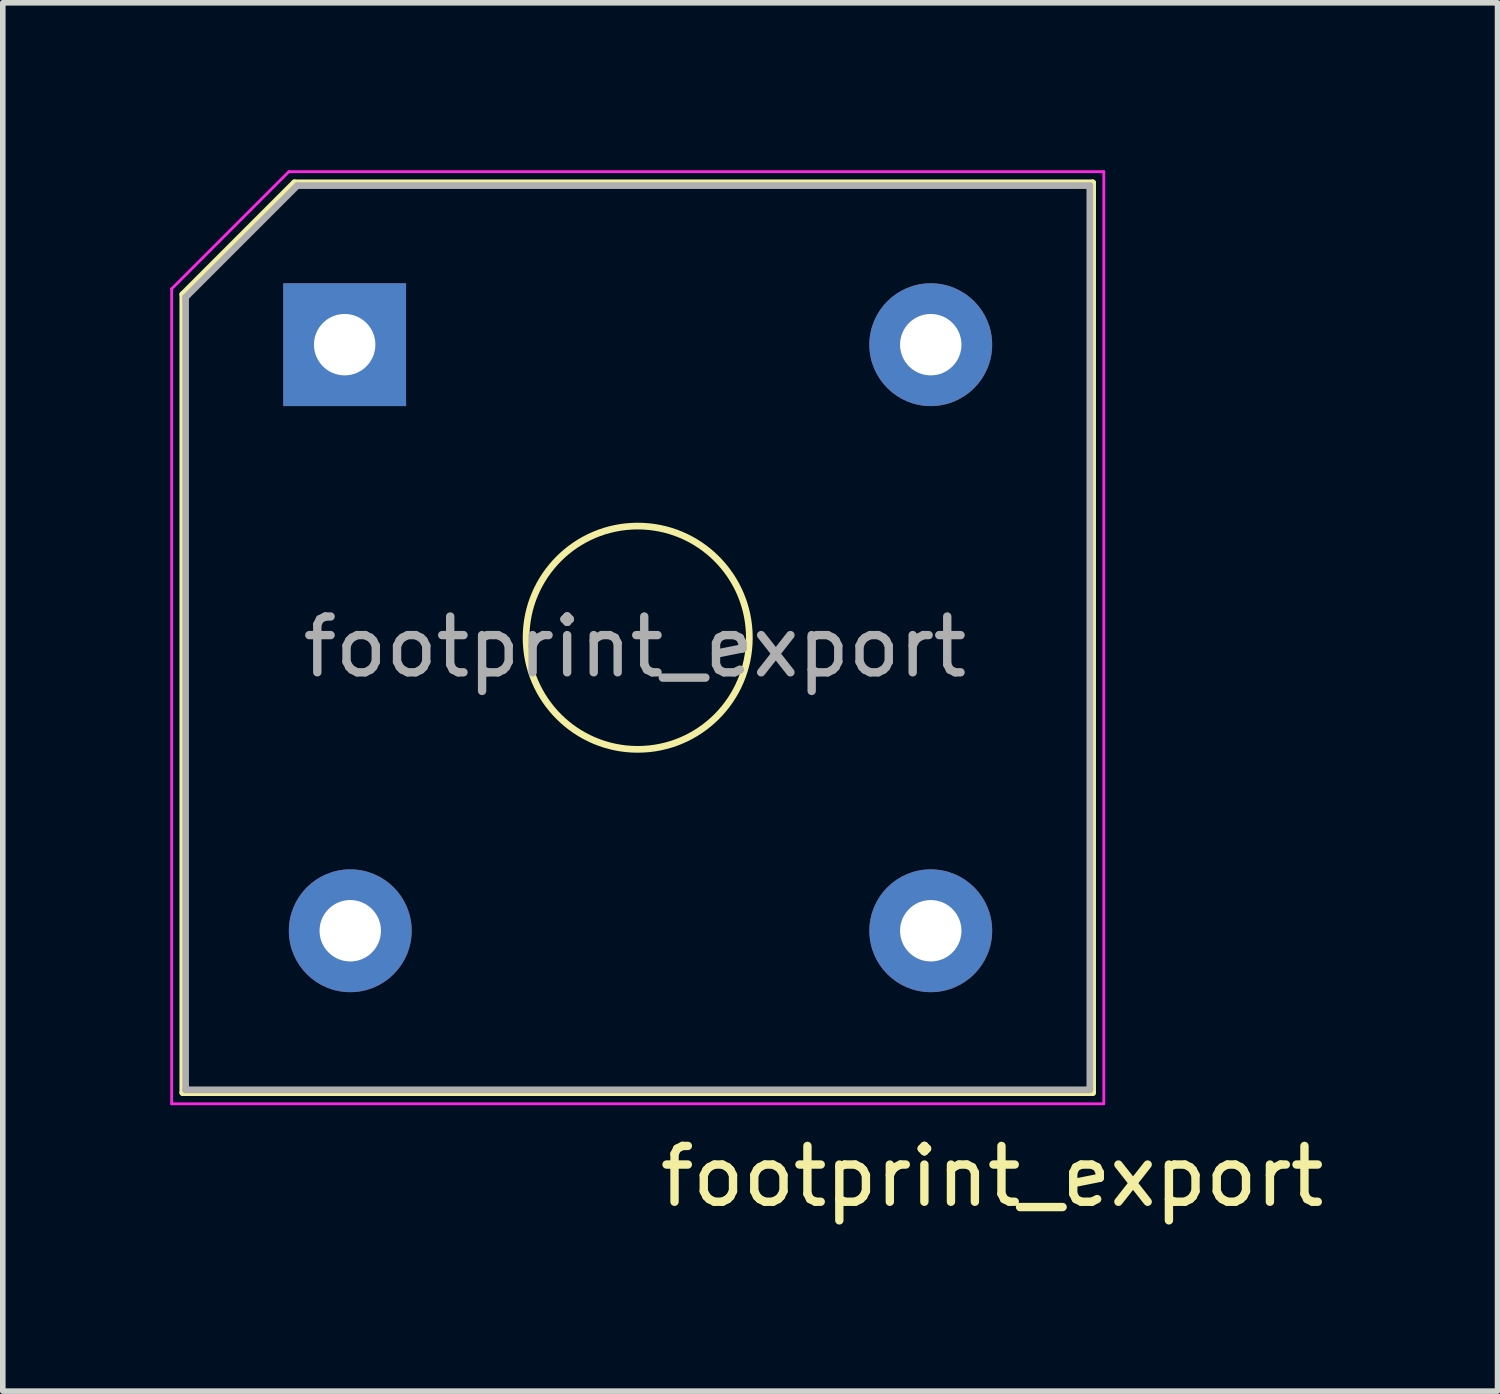
<source format=kicad_pcb>
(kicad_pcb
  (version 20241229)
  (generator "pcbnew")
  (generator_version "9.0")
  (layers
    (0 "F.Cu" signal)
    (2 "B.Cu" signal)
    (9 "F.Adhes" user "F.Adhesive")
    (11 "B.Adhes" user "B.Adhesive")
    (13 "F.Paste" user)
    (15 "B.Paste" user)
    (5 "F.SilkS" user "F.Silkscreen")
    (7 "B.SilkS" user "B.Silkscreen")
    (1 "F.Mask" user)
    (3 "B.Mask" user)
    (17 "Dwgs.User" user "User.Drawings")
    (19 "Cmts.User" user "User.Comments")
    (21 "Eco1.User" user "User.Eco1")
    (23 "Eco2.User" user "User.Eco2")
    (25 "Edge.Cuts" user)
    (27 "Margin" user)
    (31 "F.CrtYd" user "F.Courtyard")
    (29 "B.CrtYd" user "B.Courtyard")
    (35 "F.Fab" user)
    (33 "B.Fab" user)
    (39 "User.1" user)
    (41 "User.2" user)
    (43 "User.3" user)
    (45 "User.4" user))
  (footprint "footprint_export"
    (layer "F.Cu")
    (at 3.125 3.125)
    (property "Reference" "footprint_export" (at 11.6 14.9 180) (layer "F.SilkS") (effects (font (size 1 1) (thickness 0.15))))
    (attr through_hole)
    (fp_line (start -2.9 -0.9) (end -2.9 13.4) (stroke (width 0.12) (type solid)) (layer "F.SilkS"))
    (fp_line (start -2.9 13.4) (end 13.4 13.4) (stroke (width 0.12) (type solid)) (layer "F.SilkS"))
    (fp_line (start -0.9 -2.9) (end -2.9 -0.9) (stroke (width 0.12) (type solid)) (layer "F.SilkS"))
    (fp_line (start 13.4 -2.9) (end -0.9 -2.9) (stroke (width 0.12) (type solid)) (layer "F.SilkS"))
    (fp_line (start 13.4 13.4) (end 13.4 -2.9) (stroke (width 0.12) (type solid)) (layer "F.SilkS"))
    (fp_circle (center 5.25 5.25) (end 5.25 7.25) (stroke (width 0.12) (type solid)) (fill no) (layer "F.SilkS"))
    (fp_line (start -3.1 -1) (end -1 -3.1) (stroke (width 0.05) (type solid)) (layer "F.CrtYd"))
    (fp_line (start -3.1 13.6) (end -3.1 -1) (stroke (width 0.05) (type solid)) (layer "F.CrtYd"))
    (fp_line (start -1 -3.1) (end 13.6 -3.1) (stroke (width 0.05) (type solid)) (layer "F.CrtYd"))
    (fp_line (start 13.6 -3.1) (end 13.6 13.6) (stroke (width 0.05) (type solid)) (layer "F.CrtYd"))
    (fp_line (start 13.6 13.6) (end -3.1 13.6) (stroke (width 0.05) (type solid)) (layer "F.CrtYd"))
    (fp_line (start -2.85 -0.85) (end -0.85 -2.85) (stroke (width 0.12) (type solid)) (layer "F.Fab"))
    (fp_line (start -2.85 13.35) (end -2.85 -0.85) (stroke (width 0.12) (type solid)) (layer "F.Fab"))
    (fp_line (start -0.85 -2.85) (end 13.35 -2.85) (stroke (width 0.12) (type solid)) (layer "F.Fab"))
    (fp_line (start 13.35 -2.85) (end 13.35 13.35) (stroke (width 0.12) (type solid)) (layer "F.Fab"))
    (fp_line (start 13.35 13.35) (end -2.85 13.35) (stroke (width 0.12) (type solid)) (layer "F.Fab"))
    (fp_text user "${REFERENCE}" (at 5.2 5.415 180) (layer "F.Fab") (effects (font (size 1 1) (thickness 0.15))))
    (pad "1" thru_hole rect (at 0 0) (size 2.2 2.2) (drill 1.1) (layers "*.Cu" "*.Mask"))
    (pad "2" thru_hole circle (at 0.1 10.5) (size 2.2 2.2) (drill 1.1) (layers "*.Cu" "*.Mask"))
    (pad "3" thru_hole circle (at 10.5 10.5) (size 2.2 2.2) (drill 1.1) (layers "*.Cu" "*.Mask"))
    (pad "4" thru_hole circle (at 10.5 0) (size 2.2 2.2) (drill 1.1) (layers "*.Cu" "*.Mask")))
  (gr_rect
    (start -3 -3)
    (end 23.779 21.873)
    (stroke (width 0.1) (type default))
    (fill no)
    (layer "Edge.Cuts")))
</source>
